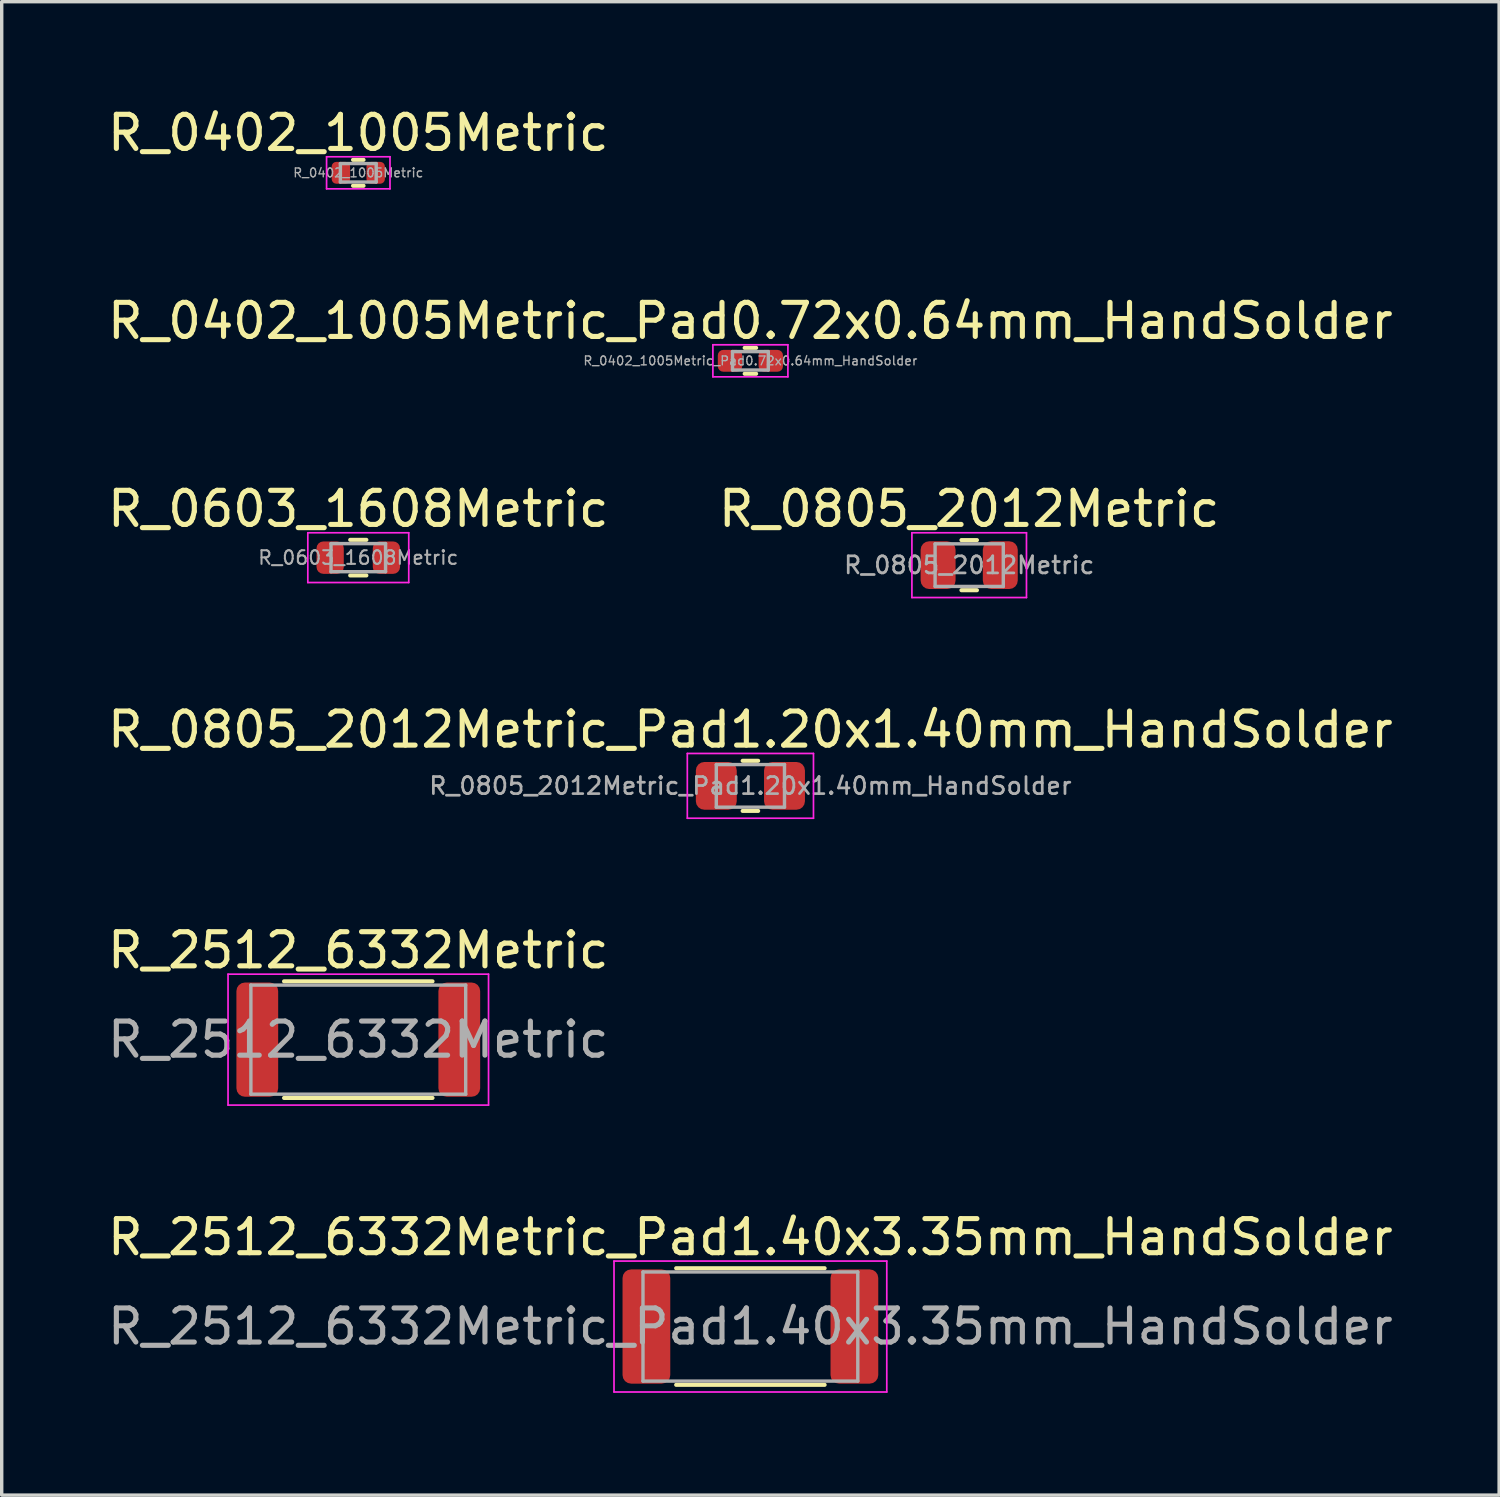
<source format=kicad_pcb>
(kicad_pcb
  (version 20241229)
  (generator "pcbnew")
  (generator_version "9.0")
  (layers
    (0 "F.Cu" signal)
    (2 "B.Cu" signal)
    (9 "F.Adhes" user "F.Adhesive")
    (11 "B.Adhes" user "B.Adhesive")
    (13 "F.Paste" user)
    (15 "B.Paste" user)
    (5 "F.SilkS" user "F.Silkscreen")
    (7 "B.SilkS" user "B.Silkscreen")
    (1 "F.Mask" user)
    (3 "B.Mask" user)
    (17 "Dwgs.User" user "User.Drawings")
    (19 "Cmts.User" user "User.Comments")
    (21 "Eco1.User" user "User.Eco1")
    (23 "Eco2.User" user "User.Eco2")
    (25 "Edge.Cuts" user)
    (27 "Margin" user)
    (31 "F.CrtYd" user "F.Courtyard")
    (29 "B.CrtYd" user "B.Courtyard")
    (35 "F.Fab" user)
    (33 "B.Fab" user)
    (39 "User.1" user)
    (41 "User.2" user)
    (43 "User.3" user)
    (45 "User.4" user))
  (footprint "R_2512_6332Metric"
    (layer "F.Cu")
    (at 7.458 27.441)
    (property "Reference" "R_2512_6332Metric" (at 0 -2.62 0) (layer "F.SilkS") (effects (font (size 1 1) (thickness 0.15))))
    (attr smd)
    (fp_line (start -2.177 -1.71) (end 2.177 -1.71) (stroke (width 0.12) (type solid)) (layer "F.SilkS"))
    (fp_line (start -2.177 1.71) (end 2.177 1.71) (stroke (width 0.12) (type solid)) (layer "F.SilkS"))
    (fp_line (start -3.82 -1.92) (end 3.82 -1.92) (stroke (width 0.05) (type solid)) (layer "F.CrtYd"))
    (fp_line (start -3.82 1.92) (end -3.82 -1.92) (stroke (width 0.05) (type solid)) (layer "F.CrtYd"))
    (fp_line (start 3.82 -1.92) (end 3.82 1.92) (stroke (width 0.05) (type solid)) (layer "F.CrtYd"))
    (fp_line (start 3.82 1.92) (end -3.82 1.92) (stroke (width 0.05) (type solid)) (layer "F.CrtYd"))
    (fp_line (start -3.15 -1.6) (end 3.15 -1.6) (stroke (width 0.1) (type solid)) (layer "F.Fab"))
    (fp_line (start -3.15 1.6) (end -3.15 -1.6) (stroke (width 0.1) (type solid)) (layer "F.Fab"))
    (fp_line (start 3.15 -1.6) (end 3.15 1.6) (stroke (width 0.1) (type solid)) (layer "F.Fab"))
    (fp_line (start 3.15 1.6) (end -3.15 1.6) (stroke (width 0.1) (type solid)) (layer "F.Fab"))
    (fp_text user "${REFERENCE}" (at 0 0 0) (layer "F.Fab") (effects (font (size 1 1) (thickness 0.15))))
    (pad "1" smd roundrect (at -2.962 0) (size 1.225 3.35) (layers "F.Cu" "F.Mask" "F.Paste") (roundrect_rratio 0.204))
    (pad "2" smd roundrect (at 2.962 0) (size 1.225 3.35) (layers "F.Cu" "F.Mask" "F.Paste") (roundrect_rratio 0.204)))
  (footprint "R_0805_2012Metric_Pad1.20x1.40mm_HandSolder"
    (layer "F.Cu")
    (at 18.958 19.998)
    (property "Reference" "R_0805_2012Metric_Pad1.20x1.40mm_HandSolder" (at 0 -1.65 0) (layer "F.SilkS") (effects (font (size 1 1) (thickness 0.15))))
    (attr smd)
    (fp_line (start -0.227 -0.735) (end 0.227 -0.735) (stroke (width 0.12) (type solid)) (layer "F.SilkS"))
    (fp_line (start -0.227 0.735) (end 0.227 0.735) (stroke (width 0.12) (type solid)) (layer "F.SilkS"))
    (fp_line (start -1.85 -0.95) (end 1.85 -0.95) (stroke (width 0.05) (type solid)) (layer "F.CrtYd"))
    (fp_line (start -1.85 0.95) (end -1.85 -0.95) (stroke (width 0.05) (type solid)) (layer "F.CrtYd"))
    (fp_line (start 1.85 -0.95) (end 1.85 0.95) (stroke (width 0.05) (type solid)) (layer "F.CrtYd"))
    (fp_line (start 1.85 0.95) (end -1.85 0.95) (stroke (width 0.05) (type solid)) (layer "F.CrtYd"))
    (fp_line (start -1 -0.625) (end 1 -0.625) (stroke (width 0.1) (type solid)) (layer "F.Fab"))
    (fp_line (start -1 0.625) (end -1 -0.625) (stroke (width 0.1) (type solid)) (layer "F.Fab"))
    (fp_line (start 1 -0.625) (end 1 0.625) (stroke (width 0.1) (type solid)) (layer "F.Fab"))
    (fp_line (start 1 0.625) (end -1 0.625) (stroke (width 0.1) (type solid)) (layer "F.Fab"))
    (fp_text user "${REFERENCE}" (at 0 0 0) (layer "F.Fab") (effects (font (size 0.5 0.5) (thickness 0.08))))
    (pad "1" smd roundrect (at -1 0) (size 1.2 1.4) (layers "F.Cu" "F.Mask" "F.Paste") (roundrect_rratio 0.208))
    (pad "2" smd roundrect (at 1 0) (size 1.2 1.4) (layers "F.Cu" "F.Mask" "F.Paste") (roundrect_rratio 0.208)))
  (footprint "R_0402_1005Metric"
    (layer "F.Cu")
    (at 7.458 2.018)
    (property "Reference" "R_0402_1005Metric" (at 0 -1.17 0) (layer "F.SilkS") (effects (font (size 1 1) (thickness 0.15))))
    (attr smd)
    (fp_line (start -0.154 -0.38) (end 0.154 -0.38) (stroke (width 0.12) (type solid)) (layer "F.SilkS"))
    (fp_line (start -0.154 0.38) (end 0.154 0.38) (stroke (width 0.12) (type solid)) (layer "F.SilkS"))
    (fp_line (start -0.93 -0.47) (end 0.93 -0.47) (stroke (width 0.05) (type solid)) (layer "F.CrtYd"))
    (fp_line (start -0.93 0.47) (end -0.93 -0.47) (stroke (width 0.05) (type solid)) (layer "F.CrtYd"))
    (fp_line (start 0.93 -0.47) (end 0.93 0.47) (stroke (width 0.05) (type solid)) (layer "F.CrtYd"))
    (fp_line (start 0.93 0.47) (end -0.93 0.47) (stroke (width 0.05) (type solid)) (layer "F.CrtYd"))
    (fp_line (start -0.525 -0.27) (end 0.525 -0.27) (stroke (width 0.1) (type solid)) (layer "F.Fab"))
    (fp_line (start -0.525 0.27) (end -0.525 -0.27) (stroke (width 0.1) (type solid)) (layer "F.Fab"))
    (fp_line (start 0.525 -0.27) (end 0.525 0.27) (stroke (width 0.1) (type solid)) (layer "F.Fab"))
    (fp_line (start 0.525 0.27) (end -0.525 0.27) (stroke (width 0.1) (type solid)) (layer "F.Fab"))
    (fp_text user "${REFERENCE}" (at 0 0 0) (layer "F.Fab") (effects (font (size 0.26 0.26) (thickness 0.04))))
    (pad "1" smd roundrect (at -0.51 0) (size 0.54 0.64) (layers "F.Cu" "F.Mask" "F.Paste") (roundrect_rratio 0.25))
    (pad "2" smd roundrect (at 0.51 0) (size 0.54 0.64) (layers "F.Cu" "F.Mask" "F.Paste") (roundrect_rratio 0.25)))
  (footprint "R_2512_6332Metric_Pad1.40x3.35mm_HandSolder"
    (layer "F.Cu")
    (at 18.958 35.855)
    (property "Reference" "R_2512_6332Metric_Pad1.40x3.35mm_HandSolder" (at 0 -2.62 0) (layer "F.SilkS") (effects (font (size 1 1) (thickness 0.15))))
    (attr smd)
    (fp_line (start -2.177 -1.71) (end 2.177 -1.71) (stroke (width 0.12) (type solid)) (layer "F.SilkS"))
    (fp_line (start -2.177 1.71) (end 2.177 1.71) (stroke (width 0.12) (type solid)) (layer "F.SilkS"))
    (fp_line (start -4 -1.92) (end 4 -1.92) (stroke (width 0.05) (type solid)) (layer "F.CrtYd"))
    (fp_line (start -4 1.92) (end -4 -1.92) (stroke (width 0.05) (type solid)) (layer "F.CrtYd"))
    (fp_line (start 4 -1.92) (end 4 1.92) (stroke (width 0.05) (type solid)) (layer "F.CrtYd"))
    (fp_line (start 4 1.92) (end -4 1.92) (stroke (width 0.05) (type solid)) (layer "F.CrtYd"))
    (fp_line (start -3.15 -1.6) (end 3.15 -1.6) (stroke (width 0.1) (type solid)) (layer "F.Fab"))
    (fp_line (start -3.15 1.6) (end -3.15 -1.6) (stroke (width 0.1) (type solid)) (layer "F.Fab"))
    (fp_line (start 3.15 -1.6) (end 3.15 1.6) (stroke (width 0.1) (type solid)) (layer "F.Fab"))
    (fp_line (start 3.15 1.6) (end -3.15 1.6) (stroke (width 0.1) (type solid)) (layer "F.Fab"))
    (fp_text user "${REFERENCE}" (at 0 0 0) (layer "F.Fab") (effects (font (size 1 1) (thickness 0.15))))
    (pad "1" smd roundrect (at -3.05 0) (size 1.4 3.35) (layers "F.Cu" "F.Mask" "F.Paste") (roundrect_rratio 0.179))
    (pad "2" smd roundrect (at 3.05 0) (size 1.4 3.35) (layers "F.Cu" "F.Mask" "F.Paste") (roundrect_rratio 0.179)))
  (footprint "R_0805_2012Metric"
    (layer "F.Cu")
    (at 25.375 13.525)
    (property "Reference" "R_0805_2012Metric" (at 0 -1.65 0) (layer "F.SilkS") (effects (font (size 1 1) (thickness 0.15))))
    (attr smd)
    (fp_line (start -0.227 -0.735) (end 0.227 -0.735) (stroke (width 0.12) (type solid)) (layer "F.SilkS"))
    (fp_line (start -0.227 0.735) (end 0.227 0.735) (stroke (width 0.12) (type solid)) (layer "F.SilkS"))
    (fp_line (start -1.68 -0.95) (end 1.68 -0.95) (stroke (width 0.05) (type solid)) (layer "F.CrtYd"))
    (fp_line (start -1.68 0.95) (end -1.68 -0.95) (stroke (width 0.05) (type solid)) (layer "F.CrtYd"))
    (fp_line (start 1.68 -0.95) (end 1.68 0.95) (stroke (width 0.05) (type solid)) (layer "F.CrtYd"))
    (fp_line (start 1.68 0.95) (end -1.68 0.95) (stroke (width 0.05) (type solid)) (layer "F.CrtYd"))
    (fp_line (start -1 -0.625) (end 1 -0.625) (stroke (width 0.1) (type solid)) (layer "F.Fab"))
    (fp_line (start -1 0.625) (end -1 -0.625) (stroke (width 0.1) (type solid)) (layer "F.Fab"))
    (fp_line (start 1 -0.625) (end 1 0.625) (stroke (width 0.1) (type solid)) (layer "F.Fab"))
    (fp_line (start 1 0.625) (end -1 0.625) (stroke (width 0.1) (type solid)) (layer "F.Fab"))
    (fp_text user "${REFERENCE}" (at 0 0 0) (layer "F.Fab") (effects (font (size 0.5 0.5) (thickness 0.08))))
    (pad "1" smd roundrect (at -0.912 0) (size 1.025 1.4) (layers "F.Cu" "F.Mask" "F.Paste") (roundrect_rratio 0.244))
    (pad "2" smd roundrect (at 0.912 0) (size 1.025 1.4) (layers "F.Cu" "F.Mask" "F.Paste") (roundrect_rratio 0.244)))
  (footprint "R_0603_1608Metric"
    (layer "F.Cu")
    (at 7.458 13.305)
    (property "Reference" "R_0603_1608Metric" (at 0 -1.43 0) (layer "F.SilkS") (effects (font (size 1 1) (thickness 0.15))))
    (attr smd)
    (fp_line (start -0.237 -0.522) (end 0.237 -0.522) (stroke (width 0.12) (type solid)) (layer "F.SilkS"))
    (fp_line (start -0.237 0.522) (end 0.237 0.522) (stroke (width 0.12) (type solid)) (layer "F.SilkS"))
    (fp_line (start -1.48 -0.73) (end 1.48 -0.73) (stroke (width 0.05) (type solid)) (layer "F.CrtYd"))
    (fp_line (start -1.48 0.73) (end -1.48 -0.73) (stroke (width 0.05) (type solid)) (layer "F.CrtYd"))
    (fp_line (start 1.48 -0.73) (end 1.48 0.73) (stroke (width 0.05) (type solid)) (layer "F.CrtYd"))
    (fp_line (start 1.48 0.73) (end -1.48 0.73) (stroke (width 0.05) (type solid)) (layer "F.CrtYd"))
    (fp_line (start -0.8 -0.412) (end 0.8 -0.412) (stroke (width 0.1) (type solid)) (layer "F.Fab"))
    (fp_line (start -0.8 0.412) (end -0.8 -0.412) (stroke (width 0.1) (type solid)) (layer "F.Fab"))
    (fp_line (start 0.8 -0.412) (end 0.8 0.412) (stroke (width 0.1) (type solid)) (layer "F.Fab"))
    (fp_line (start 0.8 0.412) (end -0.8 0.412) (stroke (width 0.1) (type solid)) (layer "F.Fab"))
    (fp_text user "${REFERENCE}" (at 0 0 0) (layer "F.Fab") (effects (font (size 0.4 0.4) (thickness 0.06))))
    (pad "1" smd roundrect (at -0.825 0) (size 0.8 0.95) (layers "F.Cu" "F.Mask" "F.Paste") (roundrect_rratio 0.25))
    (pad "2" smd roundrect (at 0.825 0) (size 0.8 0.95) (layers "F.Cu" "F.Mask" "F.Paste") (roundrect_rratio 0.25)))
  (footprint "R_0402_1005Metric_Pad0.72x0.64mm_HandSolder"
    (layer "F.Cu")
    (at 18.958 7.532)
    (property "Reference" "R_0402_1005Metric_Pad0.72x0.64mm_HandSolder" (at 0 -1.17 0) (layer "F.SilkS") (effects (font (size 1 1) (thickness 0.15))))
    (attr smd)
    (fp_line (start -0.168 -0.38) (end 0.168 -0.38) (stroke (width 0.12) (type solid)) (layer "F.SilkS"))
    (fp_line (start -0.168 0.38) (end 0.168 0.38) (stroke (width 0.12) (type solid)) (layer "F.SilkS"))
    (fp_line (start -1.1 -0.47) (end 1.1 -0.47) (stroke (width 0.05) (type solid)) (layer "F.CrtYd"))
    (fp_line (start -1.1 0.47) (end -1.1 -0.47) (stroke (width 0.05) (type solid)) (layer "F.CrtYd"))
    (fp_line (start 1.1 -0.47) (end 1.1 0.47) (stroke (width 0.05) (type solid)) (layer "F.CrtYd"))
    (fp_line (start 1.1 0.47) (end -1.1 0.47) (stroke (width 0.05) (type solid)) (layer "F.CrtYd"))
    (fp_line (start -0.525 -0.27) (end 0.525 -0.27) (stroke (width 0.1) (type solid)) (layer "F.Fab"))
    (fp_line (start -0.525 0.27) (end -0.525 -0.27) (stroke (width 0.1) (type solid)) (layer "F.Fab"))
    (fp_line (start 0.525 -0.27) (end 0.525 0.27) (stroke (width 0.1) (type solid)) (layer "F.Fab"))
    (fp_line (start 0.525 0.27) (end -0.525 0.27) (stroke (width 0.1) (type solid)) (layer "F.Fab"))
    (fp_text user "${REFERENCE}" (at 0 0 0) (layer "F.Fab") (effects (font (size 0.26 0.26) (thickness 0.04))))
    (pad "1" smd roundrect (at -0.598 0) (size 0.715 0.64) (layers "F.Cu" "F.Mask" "F.Paste") (roundrect_rratio 0.25))
    (pad "2" smd roundrect (at 0.598 0) (size 0.715 0.64) (layers "F.Cu" "F.Mask" "F.Paste") (roundrect_rratio 0.25)))
  (gr_rect
    (start -3 -3)
    (end 40.917 40.8)
    (stroke (width 0.1) (type default))
    (fill no)
    (layer "Edge.Cuts")))
</source>
